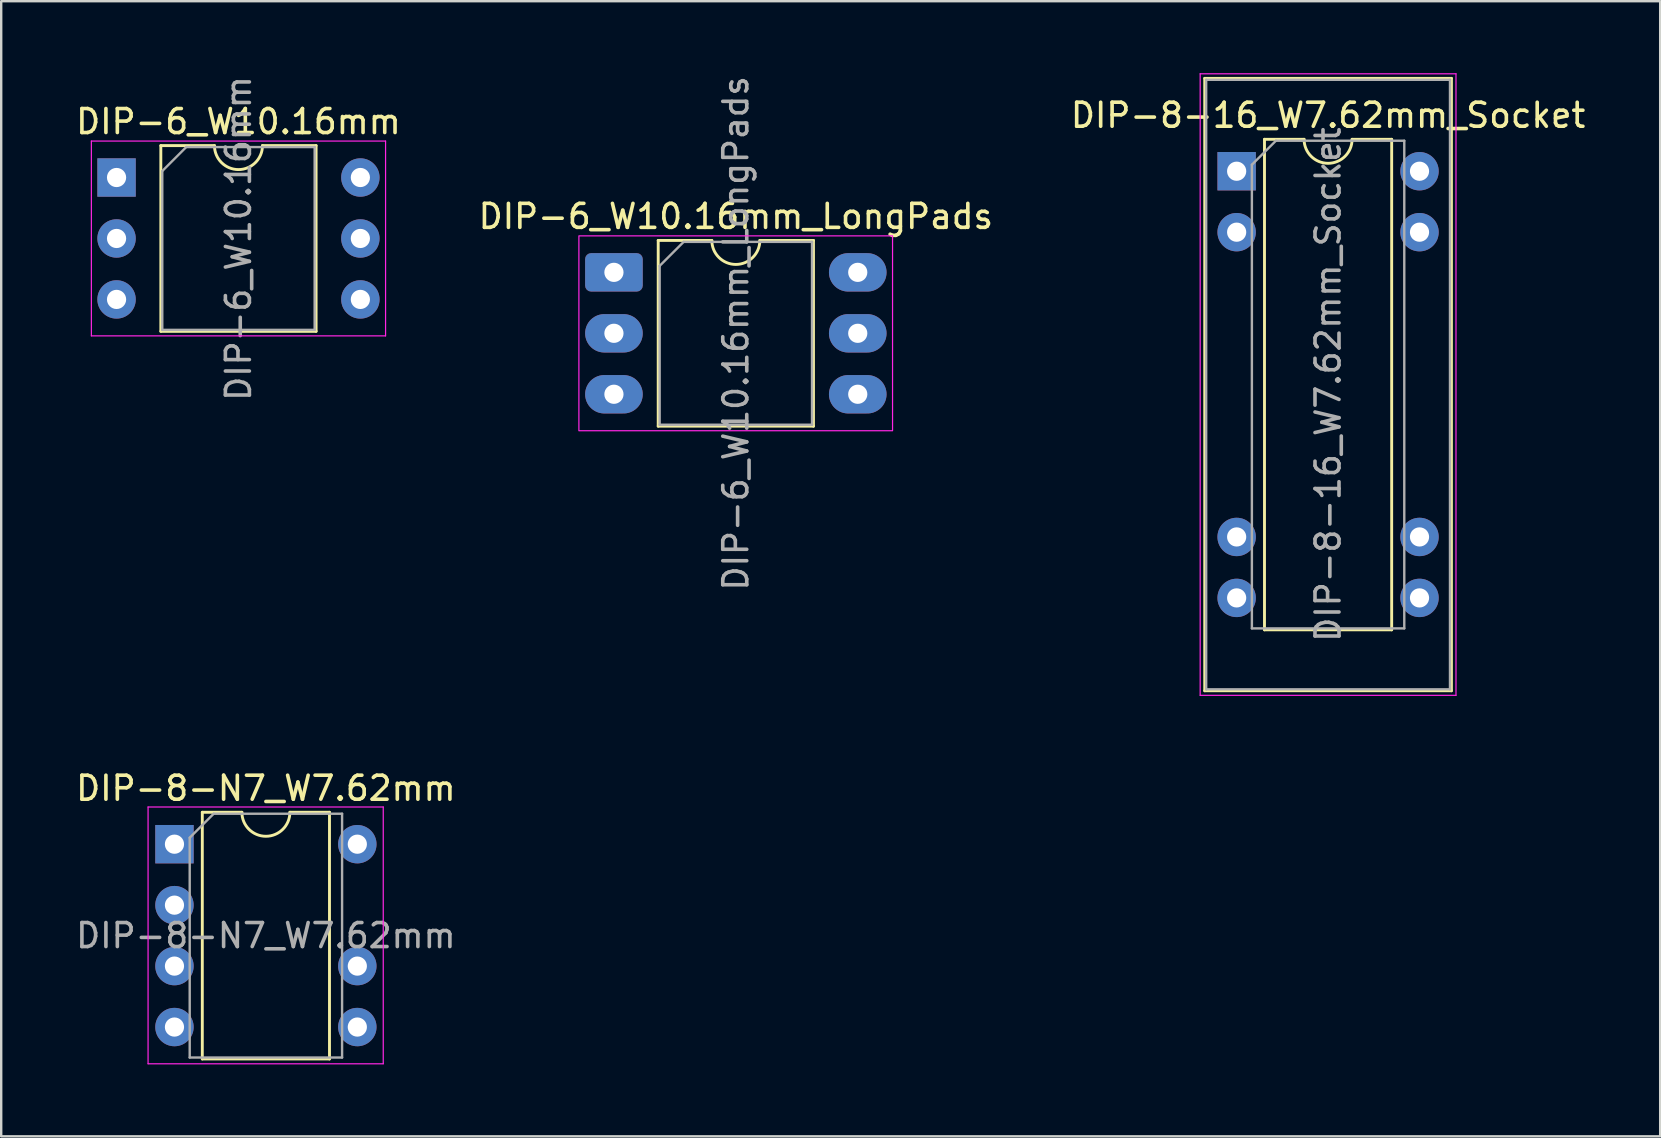
<source format=kicad_pcb>
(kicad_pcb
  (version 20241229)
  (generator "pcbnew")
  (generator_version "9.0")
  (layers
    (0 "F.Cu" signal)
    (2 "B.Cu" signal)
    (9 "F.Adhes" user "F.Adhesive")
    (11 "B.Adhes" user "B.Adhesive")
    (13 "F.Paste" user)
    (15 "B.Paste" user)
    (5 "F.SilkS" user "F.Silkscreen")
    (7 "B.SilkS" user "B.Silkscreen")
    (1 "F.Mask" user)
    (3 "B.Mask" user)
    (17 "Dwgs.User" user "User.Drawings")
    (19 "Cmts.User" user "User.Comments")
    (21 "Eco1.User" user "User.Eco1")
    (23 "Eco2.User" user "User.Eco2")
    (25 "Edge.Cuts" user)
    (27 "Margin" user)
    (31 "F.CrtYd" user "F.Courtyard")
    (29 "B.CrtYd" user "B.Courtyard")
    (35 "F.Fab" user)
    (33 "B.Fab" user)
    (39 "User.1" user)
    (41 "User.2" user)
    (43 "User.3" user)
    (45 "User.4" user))
  (footprint "DIP-8-N7_W7.62mm"
    (layer "F.Cu")
    (at 4.22 32.128)
    (property "Reference" "DIP-8-N7_W7.62mm" (at 3.81 -2.33 0) (layer "F.SilkS") (effects (font (size 1 1) (thickness 0.15))))
    (attr through_hole)
    (fp_line (start 1.16 -1.33) (end 1.16 8.95) (stroke (width 0.12) (type solid)) (layer "F.SilkS"))
    (fp_line (start 1.16 8.95) (end 6.46 8.95) (stroke (width 0.12) (type solid)) (layer "F.SilkS"))
    (fp_line (start 2.81 -1.33) (end 1.16 -1.33) (stroke (width 0.12) (type solid)) (layer "F.SilkS"))
    (fp_line (start 6.46 -1.33) (end 4.81 -1.33) (stroke (width 0.12) (type solid)) (layer "F.SilkS"))
    (fp_line (start 6.46 8.95) (end 6.46 -1.33) (stroke (width 0.12) (type solid)) (layer "F.SilkS"))
    (fp_arc (start 4.81 -1.33) (mid 3.81 -0.33) (end 2.81 -1.33) (stroke (width 0.12) (type solid)) (layer "F.SilkS"))
    (fp_line (start -1.1 -1.55) (end -1.1 9.15) (stroke (width 0.05) (type solid)) (layer "F.CrtYd"))
    (fp_line (start -1.1 9.15) (end 8.7 9.15) (stroke (width 0.05) (type solid)) (layer "F.CrtYd"))
    (fp_line (start 8.7 -1.55) (end -1.1 -1.55) (stroke (width 0.05) (type solid)) (layer "F.CrtYd"))
    (fp_line (start 8.7 9.15) (end 8.7 -1.55) (stroke (width 0.05) (type solid)) (layer "F.CrtYd"))
    (fp_line (start 0.635 -0.27) (end 1.635 -1.27) (stroke (width 0.1) (type solid)) (layer "F.Fab"))
    (fp_line (start 0.635 8.89) (end 0.635 -0.27) (stroke (width 0.1) (type solid)) (layer "F.Fab"))
    (fp_line (start 1.635 -1.27) (end 6.985 -1.27) (stroke (width 0.1) (type solid)) (layer "F.Fab"))
    (fp_line (start 6.985 -1.27) (end 6.985 8.89) (stroke (width 0.1) (type solid)) (layer "F.Fab"))
    (fp_line (start 6.985 8.89) (end 0.635 8.89) (stroke (width 0.1) (type solid)) (layer "F.Fab"))
    (fp_text user "${REFERENCE}" (at 3.81 3.81 0) (layer "F.Fab") (effects (font (size 1 1) (thickness 0.15))))
    (pad "1" thru_hole rect (at 0 0) (size 1.6 1.6) (drill 0.8) (layers "*.Cu" "*.Mask"))
    (pad "2" thru_hole oval (at 0 2.54) (size 1.6 1.6) (drill 0.8) (layers "*.Cu" "*.Mask"))
    (pad "3" thru_hole oval (at 0 5.08) (size 1.6 1.6) (drill 0.8) (layers "*.Cu" "*.Mask"))
    (pad "4" thru_hole oval (at 0 7.62) (size 1.6 1.6) (drill 0.8) (layers "*.Cu" "*.Mask"))
    (pad "5" thru_hole oval (at 7.62 7.62) (size 1.6 1.6) (drill 0.8) (layers "*.Cu" "*.Mask"))
    (pad "6" thru_hole oval (at 7.62 5.08) (size 1.6 1.6) (drill 0.8) (layers "*.Cu" "*.Mask"))
    (pad "8" thru_hole oval (at 7.62 0) (size 1.6 1.6) (drill 0.8) (layers "*.Cu" "*.Mask")))
  (footprint "DIP-8-16_W7.62mm_Socket"
    (layer "F.Cu")
    (at 48.482 4.085)
    (property "Reference" "DIP-8-16_W7.62mm_Socket" (at 3.81 -2.33 0) (layer "F.SilkS") (effects (font (size 1 1) (thickness 0.15))))
    (attr through_hole)
    (fp_line (start -1.33 -3.87) (end -1.33 21.65) (stroke (width 0.12) (type solid)) (layer "F.SilkS"))
    (fp_line (start -1.33 21.65) (end 8.95 21.65) (stroke (width 0.12) (type solid)) (layer "F.SilkS"))
    (fp_line (start 1.16 -1.33) (end 1.16 19.11) (stroke (width 0.12) (type solid)) (layer "F.SilkS"))
    (fp_line (start 1.16 19.11) (end 6.46 19.11) (stroke (width 0.12) (type solid)) (layer "F.SilkS"))
    (fp_line (start 2.81 -1.33) (end 1.16 -1.33) (stroke (width 0.12) (type solid)) (layer "F.SilkS"))
    (fp_line (start 6.46 -1.33) (end 4.81 -1.33) (stroke (width 0.12) (type solid)) (layer "F.SilkS"))
    (fp_line (start 6.46 19.11) (end 6.46 -1.33) (stroke (width 0.12) (type solid)) (layer "F.SilkS"))
    (fp_line (start 8.95 -3.87) (end -1.33 -3.87) (stroke (width 0.12) (type solid)) (layer "F.SilkS"))
    (fp_line (start 8.95 21.65) (end 8.95 -3.87) (stroke (width 0.12) (type solid)) (layer "F.SilkS"))
    (fp_arc (start 4.81 -1.33) (mid 3.81 -0.33) (end 2.81 -1.33) (stroke (width 0.12) (type solid)) (layer "F.SilkS"))
    (fp_line (start -1.52 -4.06) (end -1.52 21.84) (stroke (width 0.05) (type solid)) (layer "F.CrtYd"))
    (fp_line (start -1.52 21.84) (end 9.14 21.84) (stroke (width 0.05) (type solid)) (layer "F.CrtYd"))
    (fp_line (start 9.14 -4.06) (end -1.52 -4.06) (stroke (width 0.05) (type solid)) (layer "F.CrtYd"))
    (fp_line (start 9.14 21.84) (end 9.14 -4.06) (stroke (width 0.05) (type solid)) (layer "F.CrtYd"))
    (fp_line (start -1.27 -3.81) (end -1.27 21.59) (stroke (width 0.1) (type solid)) (layer "F.Fab"))
    (fp_line (start -1.27 21.59) (end 8.89 21.59) (stroke (width 0.1) (type solid)) (layer "F.Fab"))
    (fp_line (start 0.635 -0.27) (end 1.635 -1.27) (stroke (width 0.1) (type solid)) (layer "F.Fab"))
    (fp_line (start 0.635 19.05) (end 0.635 -0.27) (stroke (width 0.1) (type solid)) (layer "F.Fab"))
    (fp_line (start 1.635 -1.27) (end 6.985 -1.27) (stroke (width 0.1) (type solid)) (layer "F.Fab"))
    (fp_line (start 6.985 -1.27) (end 6.985 19.05) (stroke (width 0.1) (type solid)) (layer "F.Fab"))
    (fp_line (start 6.985 19.05) (end 0.635 19.05) (stroke (width 0.1) (type solid)) (layer "F.Fab"))
    (fp_line (start 8.89 -3.81) (end -1.27 -3.81) (stroke (width 0.1) (type solid)) (layer "F.Fab"))
    (fp_line (start 8.89 21.59) (end 8.89 -3.81) (stroke (width 0.1) (type solid)) (layer "F.Fab"))
    (fp_text user "${REFERENCE}" (at 3.81 8.89 90) (layer "F.Fab") (effects (font (size 1 1) (thickness 0.15))))
    (pad "1" thru_hole rect (at 0 0) (size 1.6 1.6) (drill 0.8) (layers "*.Cu" "*.Mask"))
    (pad "2" thru_hole circle (at 0 2.54) (size 1.6 1.6) (drill 0.8) (layers "*.Cu" "*.Mask"))
    (pad "3" thru_hole circle (at 0 15.24) (size 1.6 1.6) (drill 0.8) (layers "*.Cu" "*.Mask"))
    (pad "4" thru_hole circle (at 0 17.78) (size 1.6 1.6) (drill 0.8) (layers "*.Cu" "*.Mask"))
    (pad "5" thru_hole circle (at 7.62 17.78) (size 1.6 1.6) (drill 0.8) (layers "*.Cu" "*.Mask"))
    (pad "6" thru_hole circle (at 7.62 15.24) (size 1.6 1.6) (drill 0.8) (layers "*.Cu" "*.Mask"))
    (pad "7" thru_hole circle (at 7.62 2.54) (size 1.6 1.6) (drill 0.8) (layers "*.Cu" "*.Mask"))
    (pad "8" thru_hole circle (at 7.62 0) (size 1.6 1.6) (drill 0.8) (layers "*.Cu" "*.Mask")))
  (footprint "DIP-6_W10.16mm_LongPads"
    (layer "F.Cu")
    (at 22.533 8.299)
    (property "Reference" "DIP-6_W10.16mm_LongPads" (at 5.08 -2.33 0) (layer "F.SilkS") (effects (font (size 1 1) (thickness 0.15))))
    (attr through_hole)
    (fp_line (start 1.845 -1.33) (end 1.845 6.41) (stroke (width 0.12) (type solid)) (layer "F.SilkS"))
    (fp_line (start 1.845 6.41) (end 8.315 6.41) (stroke (width 0.12) (type solid)) (layer "F.SilkS"))
    (fp_line (start 4.08 -1.33) (end 1.845 -1.33) (stroke (width 0.12) (type solid)) (layer "F.SilkS"))
    (fp_line (start 8.315 -1.33) (end 6.08 -1.33) (stroke (width 0.12) (type solid)) (layer "F.SilkS"))
    (fp_line (start 8.315 6.41) (end 8.315 -1.33) (stroke (width 0.12) (type solid)) (layer "F.SilkS"))
    (fp_arc (start 6.08 -1.33) (mid 5.08 -0.33) (end 4.08 -1.33) (stroke (width 0.12) (type solid)) (layer "F.SilkS"))
    (fp_rect (start -1.46 -1.52) (end 11.61 6.6) (stroke (width 0.05) (type solid)) (fill no) (layer "F.CrtYd"))
    (fp_line (start 1.905 -0.27) (end 2.905 -1.27) (stroke (width 0.1) (type solid)) (layer "F.Fab"))
    (fp_line (start 1.905 6.35) (end 1.905 -0.27) (stroke (width 0.1) (type solid)) (layer "F.Fab"))
    (fp_line (start 2.905 -1.27) (end 8.255 -1.27) (stroke (width 0.1) (type solid)) (layer "F.Fab"))
    (fp_line (start 8.255 -1.27) (end 8.255 6.35) (stroke (width 0.1) (type solid)) (layer "F.Fab"))
    (fp_line (start 8.255 6.35) (end 1.905 6.35) (stroke (width 0.1) (type solid)) (layer "F.Fab"))
    (fp_text user "${REFERENCE}" (at 5.08 2.54 90) (layer "F.Fab") (effects (font (size 1 1) (thickness 0.15))))
    (pad "1" thru_hole roundrect (at 0 0) (size 2.4 1.6) (drill 0.8) (layers "*.Cu" "*.Mask") (roundrect_rratio 0.156))
    (pad "2" thru_hole oval (at 0 2.54) (size 2.4 1.6) (drill 0.8) (layers "*.Cu" "*.Mask"))
    (pad "3" thru_hole oval (at 0 5.08) (size 2.4 1.6) (drill 0.8) (layers "*.Cu" "*.Mask"))
    (pad "4" thru_hole oval (at 10.16 5.08) (size 2.4 1.6) (drill 0.8) (layers "*.Cu" "*.Mask"))
    (pad "5" thru_hole oval (at 10.16 2.54) (size 2.4 1.6) (drill 0.8) (layers "*.Cu" "*.Mask"))
    (pad "6" thru_hole oval (at 10.16 0) (size 2.4 1.6) (drill 0.8) (layers "*.Cu" "*.Mask")))
  (footprint "DIP-6_W10.16mm"
    (layer "F.Cu")
    (at 1.807 4.347)
    (property "Reference" "DIP-6_W10.16mm" (at 5.08 -2.33 0) (layer "F.SilkS") (effects (font (size 1 1) (thickness 0.15))))
    (attr through_hole)
    (fp_line (start 1.845 -1.33) (end 1.845 6.41) (stroke (width 0.12) (type solid)) (layer "F.SilkS"))
    (fp_line (start 1.845 6.41) (end 8.315 6.41) (stroke (width 0.12) (type solid)) (layer "F.SilkS"))
    (fp_line (start 4.08 -1.33) (end 1.845 -1.33) (stroke (width 0.12) (type solid)) (layer "F.SilkS"))
    (fp_line (start 8.315 -1.33) (end 6.08 -1.33) (stroke (width 0.12) (type solid)) (layer "F.SilkS"))
    (fp_line (start 8.315 6.41) (end 8.315 -1.33) (stroke (width 0.12) (type solid)) (layer "F.SilkS"))
    (fp_arc (start 6.08 -1.33) (mid 5.08 -0.33) (end 4.08 -1.33) (stroke (width 0.12) (type solid)) (layer "F.SilkS"))
    (fp_line (start -1.05 -1.52) (end -1.05 6.6) (stroke (width 0.05) (type solid)) (layer "F.CrtYd"))
    (fp_line (start -1.05 6.6) (end 11.21 6.6) (stroke (width 0.05) (type solid)) (layer "F.CrtYd"))
    (fp_line (start 11.21 -1.52) (end -1.05 -1.52) (stroke (width 0.05) (type solid)) (layer "F.CrtYd"))
    (fp_line (start 11.21 6.6) (end 11.21 -1.52) (stroke (width 0.05) (type solid)) (layer "F.CrtYd"))
    (fp_line (start 1.905 -0.27) (end 2.905 -1.27) (stroke (width 0.1) (type solid)) (layer "F.Fab"))
    (fp_line (start 1.905 6.35) (end 1.905 -0.27) (stroke (width 0.1) (type solid)) (layer "F.Fab"))
    (fp_line (start 2.905 -1.27) (end 8.255 -1.27) (stroke (width 0.1) (type solid)) (layer "F.Fab"))
    (fp_line (start 8.255 -1.27) (end 8.255 6.35) (stroke (width 0.1) (type solid)) (layer "F.Fab"))
    (fp_line (start 8.255 6.35) (end 1.905 6.35) (stroke (width 0.1) (type solid)) (layer "F.Fab"))
    (fp_text user "${REFERENCE}" (at 5.08 2.54 90) (layer "F.Fab") (effects (font (size 1 1) (thickness 0.15))))
    (pad "1" thru_hole rect (at 0 0) (size 1.6 1.6) (drill 0.8) (layers "*.Cu" "*.Mask"))
    (pad "2" thru_hole circle (at 0 2.54) (size 1.6 1.6) (drill 0.8) (layers "*.Cu" "*.Mask"))
    (pad "3" thru_hole circle (at 0 5.08) (size 1.6 1.6) (drill 0.8) (layers "*.Cu" "*.Mask"))
    (pad "4" thru_hole circle (at 10.16 5.08) (size 1.6 1.6) (drill 0.8) (layers "*.Cu" "*.Mask"))
    (pad "5" thru_hole circle (at 10.16 2.54) (size 1.6 1.6) (drill 0.8) (layers "*.Cu" "*.Mask"))
    (pad "6" thru_hole circle (at 10.16 0) (size 1.6 1.6) (drill 0.8) (layers "*.Cu" "*.Mask")))
  (gr_rect
    (start -3 -3)
    (end 66.131 44.303)
    (stroke (width 0.1) (type default))
    (fill no)
    (layer "Edge.Cuts")))
</source>
